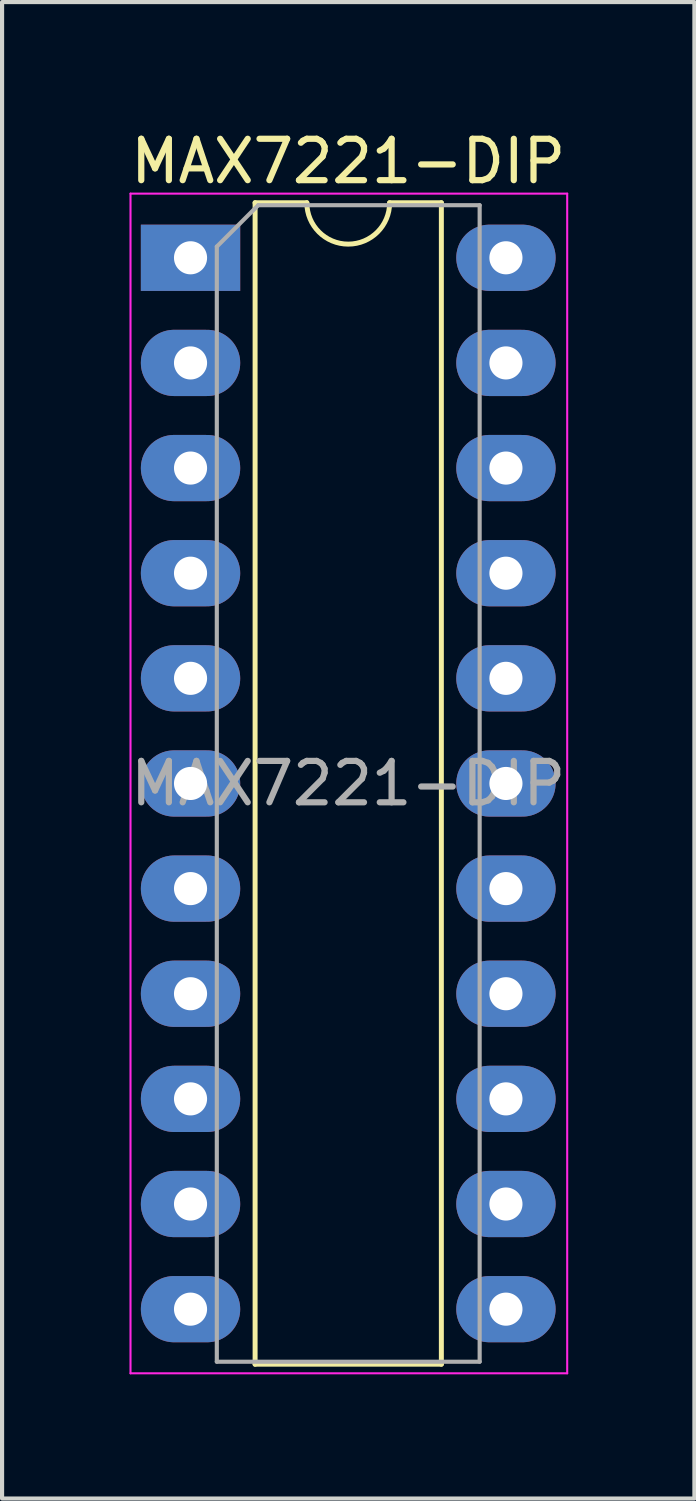
<source format=kicad_pcb>
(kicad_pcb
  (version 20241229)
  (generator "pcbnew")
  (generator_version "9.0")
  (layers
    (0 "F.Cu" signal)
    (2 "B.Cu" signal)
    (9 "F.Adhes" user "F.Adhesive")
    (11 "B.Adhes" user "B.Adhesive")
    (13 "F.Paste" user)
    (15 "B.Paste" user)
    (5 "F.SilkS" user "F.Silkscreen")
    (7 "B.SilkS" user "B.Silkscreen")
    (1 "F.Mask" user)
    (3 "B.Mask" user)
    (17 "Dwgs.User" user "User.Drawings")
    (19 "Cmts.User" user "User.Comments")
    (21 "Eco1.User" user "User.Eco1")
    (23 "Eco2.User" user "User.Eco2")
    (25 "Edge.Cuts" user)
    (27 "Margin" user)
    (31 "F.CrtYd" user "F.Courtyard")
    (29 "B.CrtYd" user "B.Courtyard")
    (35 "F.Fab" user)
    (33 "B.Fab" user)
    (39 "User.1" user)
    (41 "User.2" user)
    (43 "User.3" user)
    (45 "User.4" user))
  (footprint "MAX7221-DIP"
    (layer "F.Cu")
    (at 1.553 3.178)
    (property "Reference" "MAX7221-DIP" (at 3.81 -2.33 0) (layer "F.SilkS") (effects (font (size 1 1) (thickness 0.15))))
    (attr through_hole)
    (fp_line (start 1.56 -1.33) (end 1.56 26.73) (stroke (width 0.12) (type solid)) (layer "F.SilkS"))
    (fp_line (start 1.56 26.73) (end 6.06 26.73) (stroke (width 0.12) (type solid)) (layer "F.SilkS"))
    (fp_line (start 2.81 -1.33) (end 1.56 -1.33) (stroke (width 0.12) (type solid)) (layer "F.SilkS"))
    (fp_line (start 6.06 -1.33) (end 4.81 -1.33) (stroke (width 0.12) (type solid)) (layer "F.SilkS"))
    (fp_line (start 6.06 26.73) (end 6.06 -1.33) (stroke (width 0.12) (type solid)) (layer "F.SilkS"))
    (fp_arc (start 4.81 -1.33) (mid 3.81 -0.33) (end 2.81 -1.33) (stroke (width 0.12) (type solid)) (layer "F.SilkS"))
    (fp_line (start -1.45 -1.55) (end -1.45 26.95) (stroke (width 0.05) (type solid)) (layer "F.CrtYd"))
    (fp_line (start -1.45 26.95) (end 9.1 26.95) (stroke (width 0.05) (type solid)) (layer "F.CrtYd"))
    (fp_line (start 9.1 -1.55) (end -1.45 -1.55) (stroke (width 0.05) (type solid)) (layer "F.CrtYd"))
    (fp_line (start 9.1 26.95) (end 9.1 -1.55) (stroke (width 0.05) (type solid)) (layer "F.CrtYd"))
    (fp_line (start 0.635 -0.27) (end 1.635 -1.27) (stroke (width 0.1) (type solid)) (layer "F.Fab"))
    (fp_line (start 0.635 26.67) (end 0.635 -0.27) (stroke (width 0.1) (type solid)) (layer "F.Fab"))
    (fp_line (start 1.635 -1.27) (end 6.985 -1.27) (stroke (width 0.1) (type solid)) (layer "F.Fab"))
    (fp_line (start 6.985 -1.27) (end 6.985 26.67) (stroke (width 0.1) (type solid)) (layer "F.Fab"))
    (fp_line (start 6.985 26.67) (end 0.635 26.67) (stroke (width 0.1) (type solid)) (layer "F.Fab"))
    (fp_text user "${REFERENCE}" (at 3.81 12.7 0) (layer "F.Fab") (effects (font (size 1 1) (thickness 0.15))))
    (pad "1" thru_hole rect (at 0 0) (size 2.4 1.6) (drill 0.8) (layers "*.Cu" "*.Mask"))
    (pad "2" thru_hole oval (at 0 2.54) (size 2.4 1.6) (drill 0.8) (layers "*.Cu" "*.Mask"))
    (pad "3" thru_hole oval (at 0 5.08) (size 2.4 1.6) (drill 0.8) (layers "*.Cu" "*.Mask"))
    (pad "4" thru_hole oval (at 0 7.62) (size 2.4 1.6) (drill 0.8) (layers "*.Cu" "*.Mask"))
    (pad "5" thru_hole oval (at 0 10.16) (size 2.4 1.6) (drill 0.8) (layers "*.Cu" "*.Mask"))
    (pad "6" thru_hole oval (at 0 12.7) (size 2.4 1.6) (drill 0.8) (layers "*.Cu" "*.Mask"))
    (pad "7" thru_hole oval (at 0 15.24) (size 2.4 1.6) (drill 0.8) (layers "*.Cu" "*.Mask"))
    (pad "8" thru_hole oval (at 0 17.78) (size 2.4 1.6) (drill 0.8) (layers "*.Cu" "*.Mask"))
    (pad "9" thru_hole oval (at 0 20.32) (size 2.4 1.6) (drill 0.8) (layers "*.Cu" "*.Mask"))
    (pad "10" thru_hole oval (at 0 22.86) (size 2.4 1.6) (drill 0.8) (layers "*.Cu" "*.Mask"))
    (pad "11" thru_hole oval (at 0 25.4) (size 2.4 1.6) (drill 0.8) (layers "*.Cu" "*.Mask"))
    (pad "12" thru_hole oval (at 7.62 25.4) (size 2.4 1.6) (drill 0.8) (layers "*.Cu" "*.Mask"))
    (pad "13" thru_hole oval (at 7.62 22.86) (size 2.4 1.6) (drill 0.8) (layers "*.Cu" "*.Mask"))
    (pad "14" thru_hole oval (at 7.62 20.32) (size 2.4 1.6) (drill 0.8) (layers "*.Cu" "*.Mask"))
    (pad "15" thru_hole oval (at 7.62 17.78) (size 2.4 1.6) (drill 0.8) (layers "*.Cu" "*.Mask"))
    (pad "16" thru_hole oval (at 7.62 15.24) (size 2.4 1.6) (drill 0.8) (layers "*.Cu" "*.Mask"))
    (pad "17" thru_hole oval (at 7.62 12.7) (size 2.4 1.6) (drill 0.8) (layers "*.Cu" "*.Mask"))
    (pad "18" thru_hole oval (at 7.62 10.16) (size 2.4 1.6) (drill 0.8) (layers "*.Cu" "*.Mask"))
    (pad "19" thru_hole oval (at 7.62 7.62) (size 2.4 1.6) (drill 0.8) (layers "*.Cu" "*.Mask"))
    (pad "20" thru_hole oval (at 7.62 5.08) (size 2.4 1.6) (drill 0.8) (layers "*.Cu" "*.Mask"))
    (pad "21" thru_hole oval (at 7.62 2.54) (size 2.4 1.6) (drill 0.8) (layers "*.Cu" "*.Mask"))
    (pad "22" thru_hole oval (at 7.62 0) (size 2.4 1.6) (drill 0.8) (layers "*.Cu" "*.Mask")))
  (gr_rect
    (start -3 -3)
    (end 13.726 33.153)
    (stroke (width 0.1) (type default))
    (fill no)
    (layer "Edge.Cuts")))
</source>
